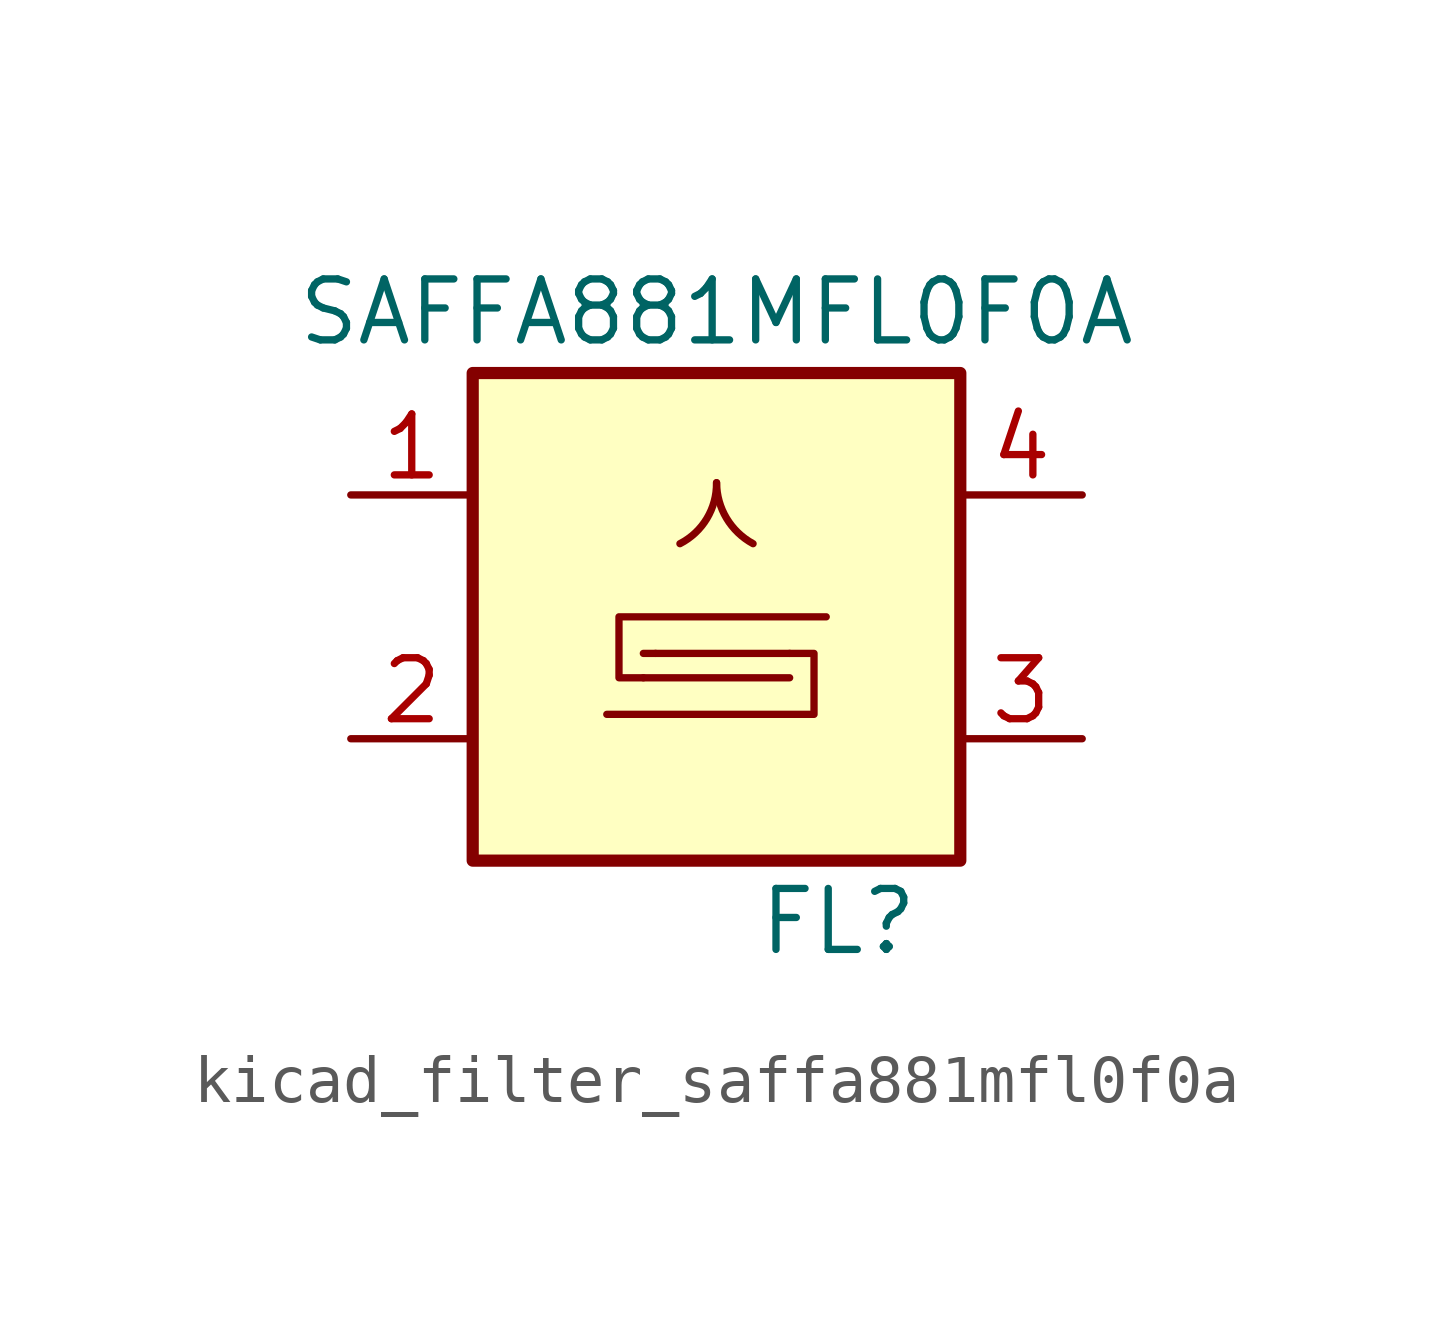
<source format=kicad_sym>
(kicad_symbol_lib
  (version 20220914)
  (generator kicad_symbol_editor)
  (symbol "kicad_filter_saffa881mfl0f0a"
    (pin_names
      (offset 1.016))
    (property "Reference" "FL"
      (at 2.54 -6.35 0)
      (effects (font (size 1.27 1.27))))
    (property "Value" "SAFFA881MFL0F0A"
      (at 0 6.35 0)
      (effects (font (size 1.27 1.27))))
    (symbol "kicad_filter_saffa881mfl0f0a_0_1"
      (rectangle (start -5.08 5.08) (end 5.08 -5.08) (stroke (width 0.254) (type default)) (fill (type background)))
      (arc (start -0.762 1.524) (mid -0.1988 2.0511) (end 0 2.794) (stroke (width 0) (type default)) (fill (type none)))
      (polyline (pts (xy -1.524 -0.762) (xy -1.27 -0.762)) (stroke (width 0) (type default)) (fill (type none)))
      (polyline (pts (xy 1.524 -1.27) (xy -1.524 -1.27)) (stroke (width 0) (type default)) (fill (type none)))
      (polyline (pts (xy 1.524 -0.762) (xy -1.27 -0.762)) (stroke (width 0) (type default)) (fill (type none)))
      (polyline (pts (xy -1.524 -1.27) (xy -2.032 -1.27) (xy -2.032 0) (xy 2.286 0)) (stroke (width 0) (type default)) (fill (type none)))
      (polyline (pts (xy 1.524 -0.762) (xy 2.032 -0.762) (xy 2.032 -2.032) (xy -2.286 -2.032)) (stroke (width 0) (type default)) (fill (type none)))
      (arc (start 0 2.794) (mid 0.2065 2.0558) (end 0.762 1.524) (stroke (width 0) (type default)) (fill (type none))))
    (symbol "kicad_filter_saffa881mfl0f0a_1_1"
      (pin passive line (at -7.62 2.54 0) (length 2.54) (name "~" (effects (font (size 1.27 1.27)))) (number "1" (effects (font (size 1.27 1.27)))))
      (pin passive line (at -7.62 -2.54 0) (length 2.54) (name "~" (effects (font (size 1.27 1.27)))) (number "2" (effects (font (size 1.27 1.27)))))
      (pin passive line (at 7.62 -2.54 180) (length 2.54) (name "~" (effects (font (size 1.27 1.27)))) (number "3" (effects (font (size 1.27 1.27)))))
      (pin passive line (at 7.62 2.54 180) (length 2.54) (name "~" (effects (font (size 1.27 1.27)))) (number "4" (effects (font (size 1.27 1.27)))))
      (pin passive line (at -7.62 -2.54 0) (length 2.54) hide (name "~" (effects (font (size 1.27 1.27)))) (number "5" (effects (font (size 1.27 1.27))))))))
</source>
